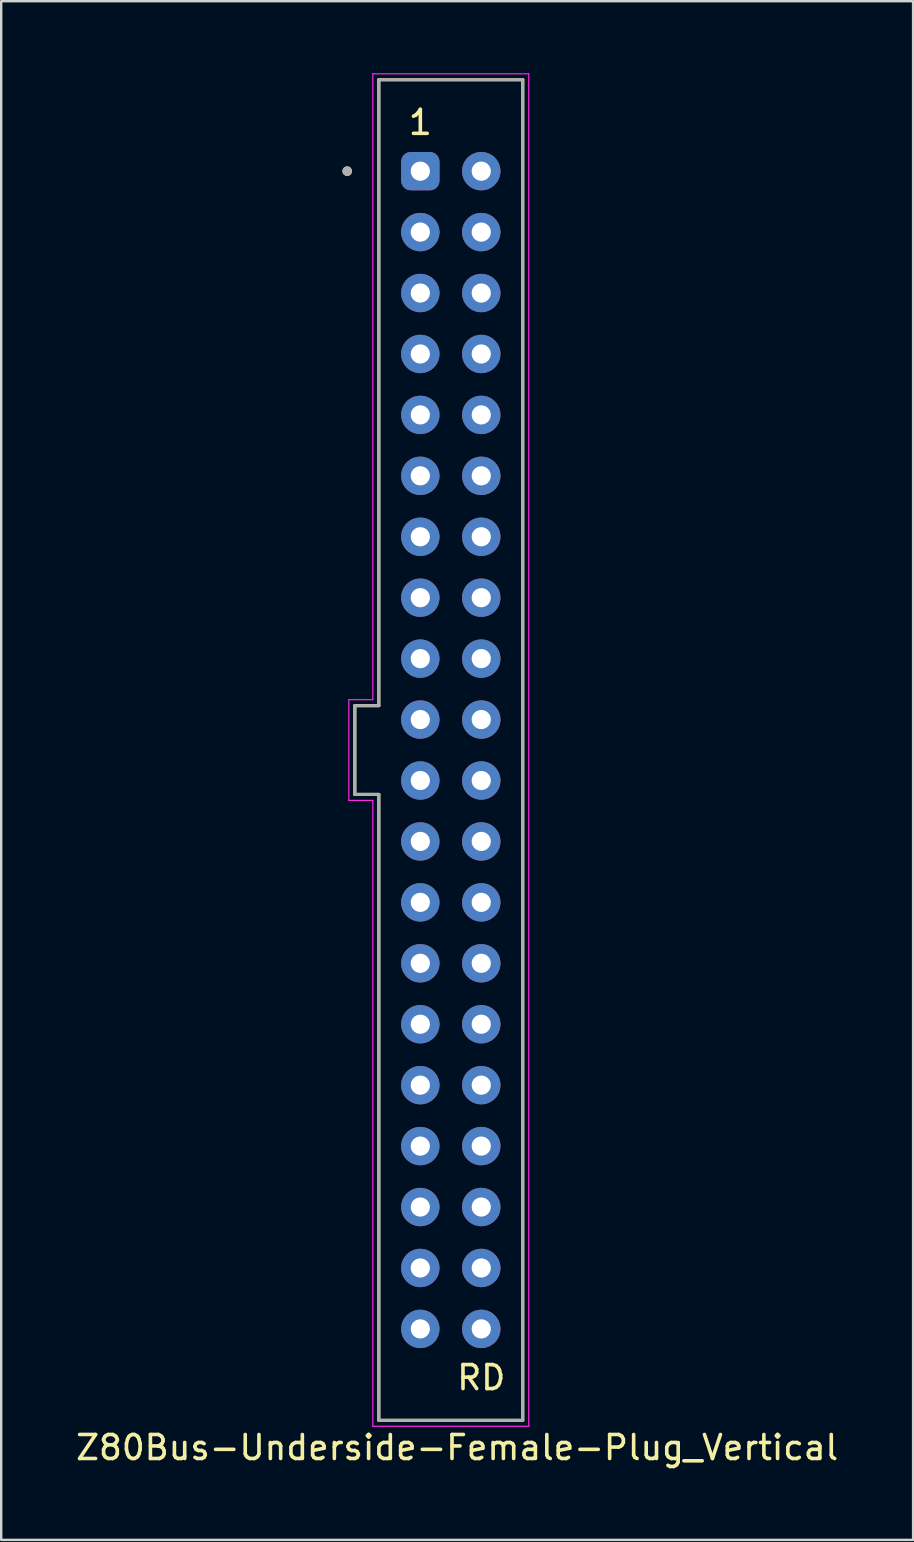
<source format=kicad_pcb>
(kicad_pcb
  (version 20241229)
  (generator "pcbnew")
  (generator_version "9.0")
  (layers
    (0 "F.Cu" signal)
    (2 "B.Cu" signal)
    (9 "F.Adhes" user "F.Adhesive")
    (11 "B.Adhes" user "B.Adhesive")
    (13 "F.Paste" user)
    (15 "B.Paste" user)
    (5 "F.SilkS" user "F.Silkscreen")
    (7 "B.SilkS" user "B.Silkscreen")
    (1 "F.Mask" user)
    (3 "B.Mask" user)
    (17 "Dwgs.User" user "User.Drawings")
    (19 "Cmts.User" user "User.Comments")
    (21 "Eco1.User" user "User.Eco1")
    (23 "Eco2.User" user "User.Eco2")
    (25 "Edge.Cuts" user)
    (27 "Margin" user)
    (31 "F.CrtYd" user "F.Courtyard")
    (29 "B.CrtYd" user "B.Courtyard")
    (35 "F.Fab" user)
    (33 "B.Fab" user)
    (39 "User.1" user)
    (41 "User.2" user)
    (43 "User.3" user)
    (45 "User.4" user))
  (footprint "Z80Bus-Underside-Female-Plug_Vertical"
    (layer "F.Cu")
    (at 15.741 28.215)
    (property "Reference" "Z80Bus-Underside-Female-Plug_Vertical" (at 0.265 29.077 0) (layer "F.SilkS") (effects (font (size 1 1) (thickness 0.15))))
    (attr through_hole)
    (fp_line (start -4 -1.85) (end -4 1.85) (stroke (width 0.127) (type solid)) (layer "F.SilkS"))
    (fp_line (start -4 1.85) (end -3 1.85) (stroke (width 0.127) (type solid)) (layer "F.SilkS"))
    (fp_line (start -3 -27.94) (end -3 -1.85) (stroke (width 0.127) (type solid)) (layer "F.SilkS"))
    (fp_line (start -3 -1.85) (end -4 -1.85) (stroke (width 0.127) (type solid)) (layer "F.SilkS"))
    (fp_line (start -3 1.85) (end -3 27.94) (stroke (width 0.127) (type solid)) (layer "F.SilkS"))
    (fp_line (start -3 27.94) (end 3 27.94) (stroke (width 0.127) (type solid)) (layer "F.SilkS"))
    (fp_line (start 3 -27.94) (end -3 -27.94) (stroke (width 0.127) (type solid)) (layer "F.SilkS"))
    (fp_line (start 3 27.94) (end 3 -27.94) (stroke (width 0.127) (type solid)) (layer "F.SilkS"))
    (fp_circle (center -4.318 -24.13) (end -4.318 -24.03) (stroke (width 0.2) (type solid)) (fill no) (layer "F.SilkS"))
    (fp_line (start -4.25 -2.1) (end -4.25 2.1) (stroke (width 0.05) (type solid)) (layer "F.CrtYd"))
    (fp_line (start -4.25 2.1) (end -3.25 2.1) (stroke (width 0.05) (type solid)) (layer "F.CrtYd"))
    (fp_line (start -3.25 -28.19) (end -3.25 -2.1) (stroke (width 0.05) (type solid)) (layer "F.CrtYd"))
    (fp_line (start -3.25 -2.1) (end -4.25 -2.1) (stroke (width 0.05) (type solid)) (layer "F.CrtYd"))
    (fp_line (start -3.25 2.1) (end -3.25 28.19) (stroke (width 0.05) (type solid)) (layer "F.CrtYd"))
    (fp_line (start -3.25 28.19) (end 3.25 28.19) (stroke (width 0.05) (type solid)) (layer "F.CrtYd"))
    (fp_line (start 3.25 -28.19) (end -3.25 -28.19) (stroke (width 0.05) (type solid)) (layer "F.CrtYd"))
    (fp_line (start 3.25 28.19) (end 3.25 -28.19) (stroke (width 0.05) (type solid)) (layer "F.CrtYd"))
    (fp_line (start -4 -1.85) (end -4 1.85) (stroke (width 0.127) (type solid)) (layer "F.Fab"))
    (fp_line (start -4 1.85) (end -3 1.85) (stroke (width 0.127) (type solid)) (layer "F.Fab"))
    (fp_line (start -3 -27.94) (end -3 -1.85) (stroke (width 0.127) (type solid)) (layer "F.Fab"))
    (fp_line (start -3 -1.85) (end -4 -1.85) (stroke (width 0.127) (type solid)) (layer "F.Fab"))
    (fp_line (start -3 1.85) (end -3 27.94) (stroke (width 0.127) (type solid)) (layer "F.Fab"))
    (fp_line (start -3 27.94) (end 3 27.94) (stroke (width 0.127) (type solid)) (layer "F.Fab"))
    (fp_line (start 3 -27.94) (end -3 -27.94) (stroke (width 0.127) (type solid)) (layer "F.Fab"))
    (fp_line (start 3 27.94) (end 3 -27.94) (stroke (width 0.127) (type solid)) (layer "F.Fab"))
    (fp_circle (center -4.318 -24.13) (end -4.318 -24.03) (stroke (width 0.2) (type solid)) (fill no) (layer "F.Fab"))
    (fp_text user "1" (at -1.27 -26.162 0) (unlocked yes) (layer "F.SilkS") (effects (font (size 1 1) (thickness 0.15))))
    (fp_text user "RD" (at 1.27 26.162 0) (unlocked yes) (layer "F.SilkS") (effects (font (size 1 1) (thickness 0.15))))
    (pad "+5V" thru_hole circle (at -1.27 1.27 90) (size 1.6 1.6) (drill 0.8) (layers "*.Cu" "*.Mask"))
    (pad "1" thru_hole roundrect (at -1.27 -24.13 90) (size 1.6 1.6) (drill 0.8) (layers "*.Cu" "*.Mask") (roundrect_rratio 0.25))
    (pad "2" thru_hole circle (at -1.27 -21.59 90) (size 1.6 1.6) (drill 0.8) (layers "*.Cu" "*.Mask"))
    (pad "3" thru_hole circle (at -1.27 -19.05 90) (size 1.6 1.6) (drill 0.8) (layers "*.Cu" "*.Mask"))
    (pad "4" thru_hole circle (at -1.27 -16.51 90) (size 1.6 1.6) (drill 0.8) (layers "*.Cu" "*.Mask"))
    (pad "5" thru_hole circle (at -1.27 -13.97 90) (size 1.6 1.6) (drill 0.8) (layers "*.Cu" "*.Mask"))
    (pad "6" thru_hole circle (at -1.27 -11.43 90) (size 1.6 1.6) (drill 0.8) (layers "*.Cu" "*.Mask"))
    (pad "7" thru_hole circle (at -1.27 -8.89 90) (size 1.6 1.6) (drill 0.8) (layers "*.Cu" "*.Mask"))
    (pad "8" thru_hole circle (at -1.27 -6.35 90) (size 1.6 1.6) (drill 0.8) (layers "*.Cu" "*.Mask"))
    (pad "9" thru_hole circle (at -1.27 -3.81 90) (size 1.6 1.6) (drill 0.8) (layers "*.Cu" "*.Mask"))
    (pad "10" thru_hole circle (at -1.27 -1.27 90) (size 1.6 1.6) (drill 0.8) (layers "*.Cu" "*.Mask"))
    (pad "12" thru_hole circle (at -1.27 3.81 90) (size 1.6 1.6) (drill 0.8) (layers "*.Cu" "*.Mask"))
    (pad "13" thru_hole circle (at -1.27 6.35 90) (size 1.6 1.6) (drill 0.8) (layers "*.Cu" "*.Mask"))
    (pad "14" thru_hole circle (at -1.27 8.89 90) (size 1.6 1.6) (drill 0.8) (layers "*.Cu" "*.Mask"))
    (pad "15" thru_hole circle (at -1.27 11.43 90) (size 1.6 1.6) (drill 0.8) (layers "*.Cu" "*.Mask"))
    (pad "16" thru_hole circle (at -1.27 13.97 90) (size 1.6 1.6) (drill 0.8) (layers "*.Cu" "*.Mask"))
    (pad "17" thru_hole circle (at -1.27 16.51 90) (size 1.6 1.6) (drill 0.8) (layers "*.Cu" "*.Mask"))
    (pad "18" thru_hole circle (at -1.27 19.05 90) (size 1.6 1.6) (drill 0.8) (layers "*.Cu" "*.Mask"))
    (pad "19" thru_hole circle (at -1.27 21.59 90) (size 1.6 1.6) (drill 0.8) (layers "*.Cu" "*.Mask"))
    (pad "20" thru_hole circle (at -1.27 24.13 90) (size 1.6 1.6) (drill 0.8) (layers "*.Cu" "*.Mask"))
    (pad "21" thru_hole circle (at 1.27 24.13 90) (size 1.6 1.6) (drill 0.8) (layers "*.Cu" "*.Mask"))
    (pad "22" thru_hole circle (at 1.27 21.59 90) (size 1.6 1.6) (drill 0.8) (layers "*.Cu" "*.Mask"))
    (pad "23" thru_hole circle (at 1.27 19.05 90) (size 1.6 1.6) (drill 0.8) (layers "*.Cu" "*.Mask"))
    (pad "24" thru_hole circle (at 1.27 16.51 90) (size 1.6 1.6) (drill 0.8) (layers "*.Cu" "*.Mask"))
    (pad "25" thru_hole circle (at 1.27 13.97 90) (size 1.6 1.6) (drill 0.8) (layers "*.Cu" "*.Mask"))
    (pad "26" thru_hole circle (at 1.27 11.43 90) (size 1.6 1.6) (drill 0.8) (layers "*.Cu" "*.Mask"))
    (pad "27" thru_hole circle (at 1.27 8.89 90) (size 1.6 1.6) (drill 0.8) (layers "*.Cu" "*.Mask"))
    (pad "28" thru_hole circle (at 1.27 6.35 90) (size 1.6 1.6) (drill 0.8) (layers "*.Cu" "*.Mask"))
    (pad "30" thru_hole circle (at 1.27 1.27 90) (size 1.6 1.6) (drill 0.8) (layers "*.Cu" "*.Mask"))
    (pad "31" thru_hole circle (at 1.27 -1.27 90) (size 1.6 1.6) (drill 0.8) (layers "*.Cu" "*.Mask"))
    (pad "32" thru_hole circle (at 1.27 -3.81 90) (size 1.6 1.6) (drill 0.8) (layers "*.Cu" "*.Mask"))
    (pad "33" thru_hole circle (at 1.27 -6.35 90) (size 1.6 1.6) (drill 0.8) (layers "*.Cu" "*.Mask"))
    (pad "34" thru_hole circle (at 1.27 -8.89 90) (size 1.6 1.6) (drill 0.8) (layers "*.Cu" "*.Mask"))
    (pad "35" thru_hole circle (at 1.27 -11.43 90) (size 1.6 1.6) (drill 0.8) (layers "*.Cu" "*.Mask"))
    (pad "36" thru_hole circle (at 1.27 -13.97 90) (size 1.6 1.6) (drill 0.8) (layers "*.Cu" "*.Mask"))
    (pad "37" thru_hole circle (at 1.27 -16.51 90) (size 1.6 1.6) (drill 0.8) (layers "*.Cu" "*.Mask"))
    (pad "38" thru_hole circle (at 1.27 -19.05 90) (size 1.6 1.6) (drill 0.8) (layers "*.Cu" "*.Mask"))
    (pad "39" thru_hole circle (at 1.27 -21.59 90) (size 1.6 1.6) (drill 0.8) (layers "*.Cu" "*.Mask"))
    (pad "40" thru_hole circle (at 1.27 -24.13 90) (size 1.6 1.6) (drill 0.8) (layers "*.Cu" "*.Mask"))
    (pad "GND" thru_hole circle (at 1.27 3.81 90) (size 1.6 1.6) (drill 0.8) (layers "*.Cu" "*.Mask")))
  (gr_rect
    (start -3 -3)
    (end 35.012 61.14)
    (stroke (width 0.1) (type default))
    (fill no)
    (layer "Edge.Cuts")))
</source>
